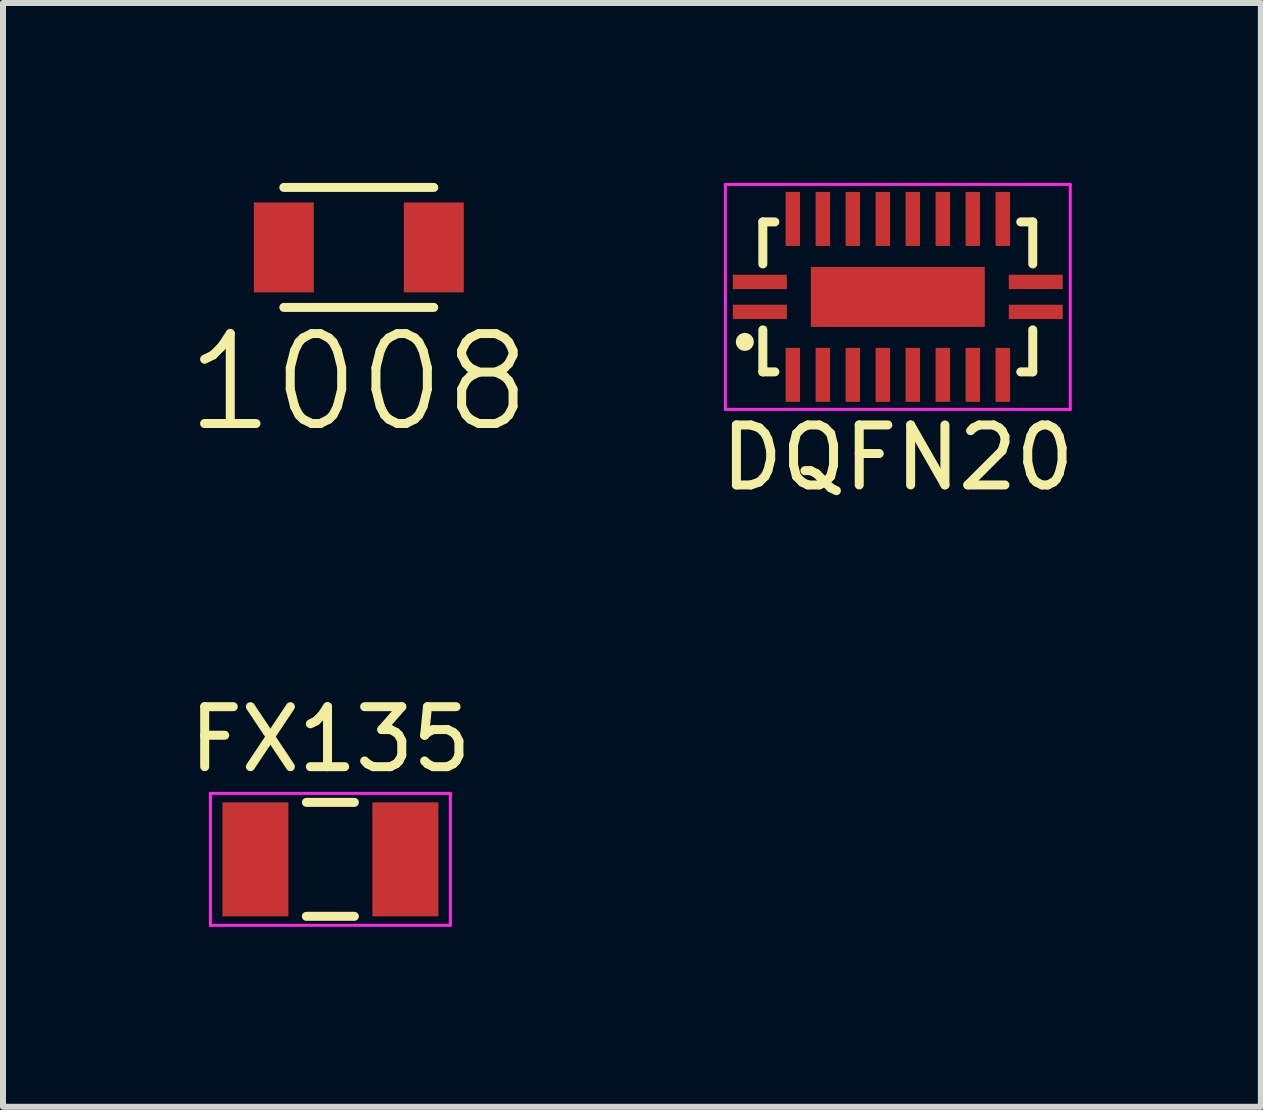
<source format=kicad_pcb>
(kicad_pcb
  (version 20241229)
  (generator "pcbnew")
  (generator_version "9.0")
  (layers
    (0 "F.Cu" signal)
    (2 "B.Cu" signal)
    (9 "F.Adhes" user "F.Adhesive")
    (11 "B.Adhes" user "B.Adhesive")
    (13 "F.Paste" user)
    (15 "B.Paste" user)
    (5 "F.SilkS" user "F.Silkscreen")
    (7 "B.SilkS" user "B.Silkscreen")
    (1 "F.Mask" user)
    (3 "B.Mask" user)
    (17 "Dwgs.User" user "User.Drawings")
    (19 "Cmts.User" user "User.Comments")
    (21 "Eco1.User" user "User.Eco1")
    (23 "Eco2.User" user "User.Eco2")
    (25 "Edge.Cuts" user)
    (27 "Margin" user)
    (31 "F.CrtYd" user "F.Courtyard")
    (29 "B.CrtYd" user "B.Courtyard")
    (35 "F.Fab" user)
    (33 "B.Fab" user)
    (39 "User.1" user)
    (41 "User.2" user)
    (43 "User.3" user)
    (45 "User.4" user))
  (footprint "1008"
    (layer "F.Cu")
    (at 2.932 1.075)
    (property "Reference" "1008" (at 0 2.25 0) (layer "F.SilkS") (effects (font (size 1.5 1.5) (thickness 0.15))))
    (attr through_hole)
    (fp_line (start -1.25 -1) (end 1.25 -1) (stroke (width 0.15) (type solid)) (layer "F.SilkS"))
    (fp_line (start -1.25 1) (end 1.25 1) (stroke (width 0.15) (type solid)) (layer "F.SilkS"))
    (pad "1" smd rect (at -1.25 0) (size 1 1.5) (layers "F.Cu" "F.Mask" "F.Paste"))
    (pad "2" smd rect (at 1.25 0) (size 1 1.5) (layers "F.Cu" "F.Mask" "F.Paste")))
  (footprint "DQFN20"
    (layer "F.Cu")
    (at 11.918 1.9)
    (property "Reference" "DQFN20" (at 0 2.68 0) (layer "F.SilkS") (effects (font (size 1 1) (thickness 0.15))))
    (attr through_hole)
    (fp_line (start -2.25 -1.25) (end -2.25 -0.55) (stroke (width 0.15) (type solid)) (layer "F.SilkS"))
    (fp_line (start -2.25 1.25) (end -2.25 0.55) (stroke (width 0.15) (type solid)) (layer "F.SilkS"))
    (fp_line (start -2.05 -1.25) (end -2.25 -1.25) (stroke (width 0.15) (type solid)) (layer "F.SilkS"))
    (fp_line (start -2.05 1.25) (end -2.25 1.25) (stroke (width 0.15) (type solid)) (layer "F.SilkS"))
    (fp_line (start 2.05 -1.25) (end 2.25 -1.25) (stroke (width 0.15) (type solid)) (layer "F.SilkS"))
    (fp_line (start 2.05 1.25) (end 2.25 1.25) (stroke (width 0.15) (type solid)) (layer "F.SilkS"))
    (fp_line (start 2.25 -1.25) (end 2.25 -0.55) (stroke (width 0.15) (type solid)) (layer "F.SilkS"))
    (fp_line (start 2.25 1.25) (end 2.25 0.55) (stroke (width 0.15) (type solid)) (layer "F.SilkS"))
    (fp_circle (center -2.55 0.75) (end -2.55 0.675) (stroke (width 0.15) (type solid)) (fill no) (layer "F.SilkS"))
    (fp_line (start -2.875 -1.875) (end 2.875 -1.875) (stroke (width 0.05) (type solid)) (layer "F.CrtYd"))
    (fp_line (start -2.875 1.875) (end -2.875 -1.875) (stroke (width 0.05) (type solid)) (layer "F.CrtYd"))
    (fp_line (start 2.875 -1.875) (end 2.875 1.875) (stroke (width 0.05) (type solid)) (layer "F.CrtYd"))
    (fp_line (start 2.875 1.875) (end -2.875 1.875) (stroke (width 0.05) (type solid)) (layer "F.CrtYd"))
    (pad "1" smd rect (at -2.3 0.25 90) (size 0.24 0.9) (layers "F.Cu" "F.Mask" "F.Paste"))
    (pad "2" smd rect (at -1.75 1.3) (size 0.24 0.9) (layers "F.Cu" "F.Mask" "F.Paste"))
    (pad "3" smd rect (at -1.25 1.3) (size 0.24 0.9) (layers "F.Cu" "F.Mask" "F.Paste"))
    (pad "4" smd rect (at -0.75 1.3) (size 0.24 0.9) (layers "F.Cu" "F.Mask" "F.Paste"))
    (pad "5" smd rect (at -0.25 1.3) (size 0.24 0.9) (layers "F.Cu" "F.Mask" "F.Paste"))
    (pad "6" smd rect (at 0.25 1.3) (size 0.24 0.9) (layers "F.Cu" "F.Mask" "F.Paste"))
    (pad "7" smd rect (at 0.75 1.3) (size 0.24 0.9) (layers "F.Cu" "F.Mask" "F.Paste"))
    (pad "8" smd rect (at 1.25 1.3) (size 0.24 0.9) (layers "F.Cu" "F.Mask" "F.Paste"))
    (pad "9" smd rect (at 1.75 1.3) (size 0.24 0.9) (layers "F.Cu" "F.Mask" "F.Paste"))
    (pad "10" smd rect (at 2.3 0.25 90) (size 0.24 0.9) (layers "F.Cu" "F.Mask" "F.Paste"))
    (pad "11" smd rect (at 2.3 -0.25 90) (size 0.24 0.9) (layers "F.Cu" "F.Mask" "F.Paste"))
    (pad "12" smd rect (at 1.75 -1.3) (size 0.24 0.9) (layers "F.Cu" "F.Mask" "F.Paste"))
    (pad "13" smd rect (at 1.25 -1.3) (size 0.24 0.9) (layers "F.Cu" "F.Mask" "F.Paste"))
    (pad "14" smd rect (at 0.75 -1.3) (size 0.24 0.9) (layers "F.Cu" "F.Mask" "F.Paste"))
    (pad "15" smd rect (at 0.25 -1.3) (size 0.24 0.9) (layers "F.Cu" "F.Mask" "F.Paste"))
    (pad "16" smd rect (at -0.25 -1.3) (size 0.24 0.9) (layers "F.Cu" "F.Mask" "F.Paste"))
    (pad "17" smd rect (at -0.75 -1.3) (size 0.24 0.9) (layers "F.Cu" "F.Mask" "F.Paste"))
    (pad "18" smd rect (at -1.25 -1.3) (size 0.24 0.9) (layers "F.Cu" "F.Mask" "F.Paste"))
    (pad "19" smd rect (at -1.75 -1.3) (size 0.24 0.9) (layers "F.Cu" "F.Mask" "F.Paste"))
    (pad "20" smd rect (at -2.3 -0.25 90) (size 0.24 0.9) (layers "F.Cu" "F.Mask" "F.Paste"))
    (pad "21" smd rect (at 0 0) (size 2.9 1) (layers "F.Cu" "F.Mask" "F.Paste")))
  (footprint "FX135"
    (layer "F.Cu")
    (at 2.458 11.277)
    (property "Reference" "FX135" (at 0 -2 0) (layer "F.SilkS") (effects (font (size 1 1) (thickness 0.15))))
    (attr through_hole)
    (fp_line (start -0.4 -0.95) (end 0.4 -0.95) (stroke (width 0.15) (type solid)) (layer "F.SilkS"))
    (fp_line (start -0.4 0.95) (end 0.4 0.95) (stroke (width 0.15) (type solid)) (layer "F.SilkS"))
    (fp_line (start -2 -1.1) (end 2 -1.1) (stroke (width 0.05) (type solid)) (layer "F.CrtYd"))
    (fp_line (start -2 1.1) (end -2 -1.1) (stroke (width 0.05) (type solid)) (layer "F.CrtYd"))
    (fp_line (start 2 -1.1) (end 2 1.1) (stroke (width 0.05) (type solid)) (layer "F.CrtYd"))
    (fp_line (start 2 1.1) (end -2 1.1) (stroke (width 0.05) (type solid)) (layer "F.CrtYd"))
    (pad "1" smd rect (at -1.25 0) (size 1.1 1.9) (layers "F.Cu" "F.Mask" "F.Paste"))
    (pad "2" smd rect (at 1.25 0) (size 1.1 1.9) (layers "F.Cu" "F.Mask" "F.Paste")))
  (gr_rect
    (start -3 -3)
    (end 17.971 15.402)
    (stroke (width 0.1) (type default))
    (fill no)
    (layer "Edge.Cuts")))
</source>
